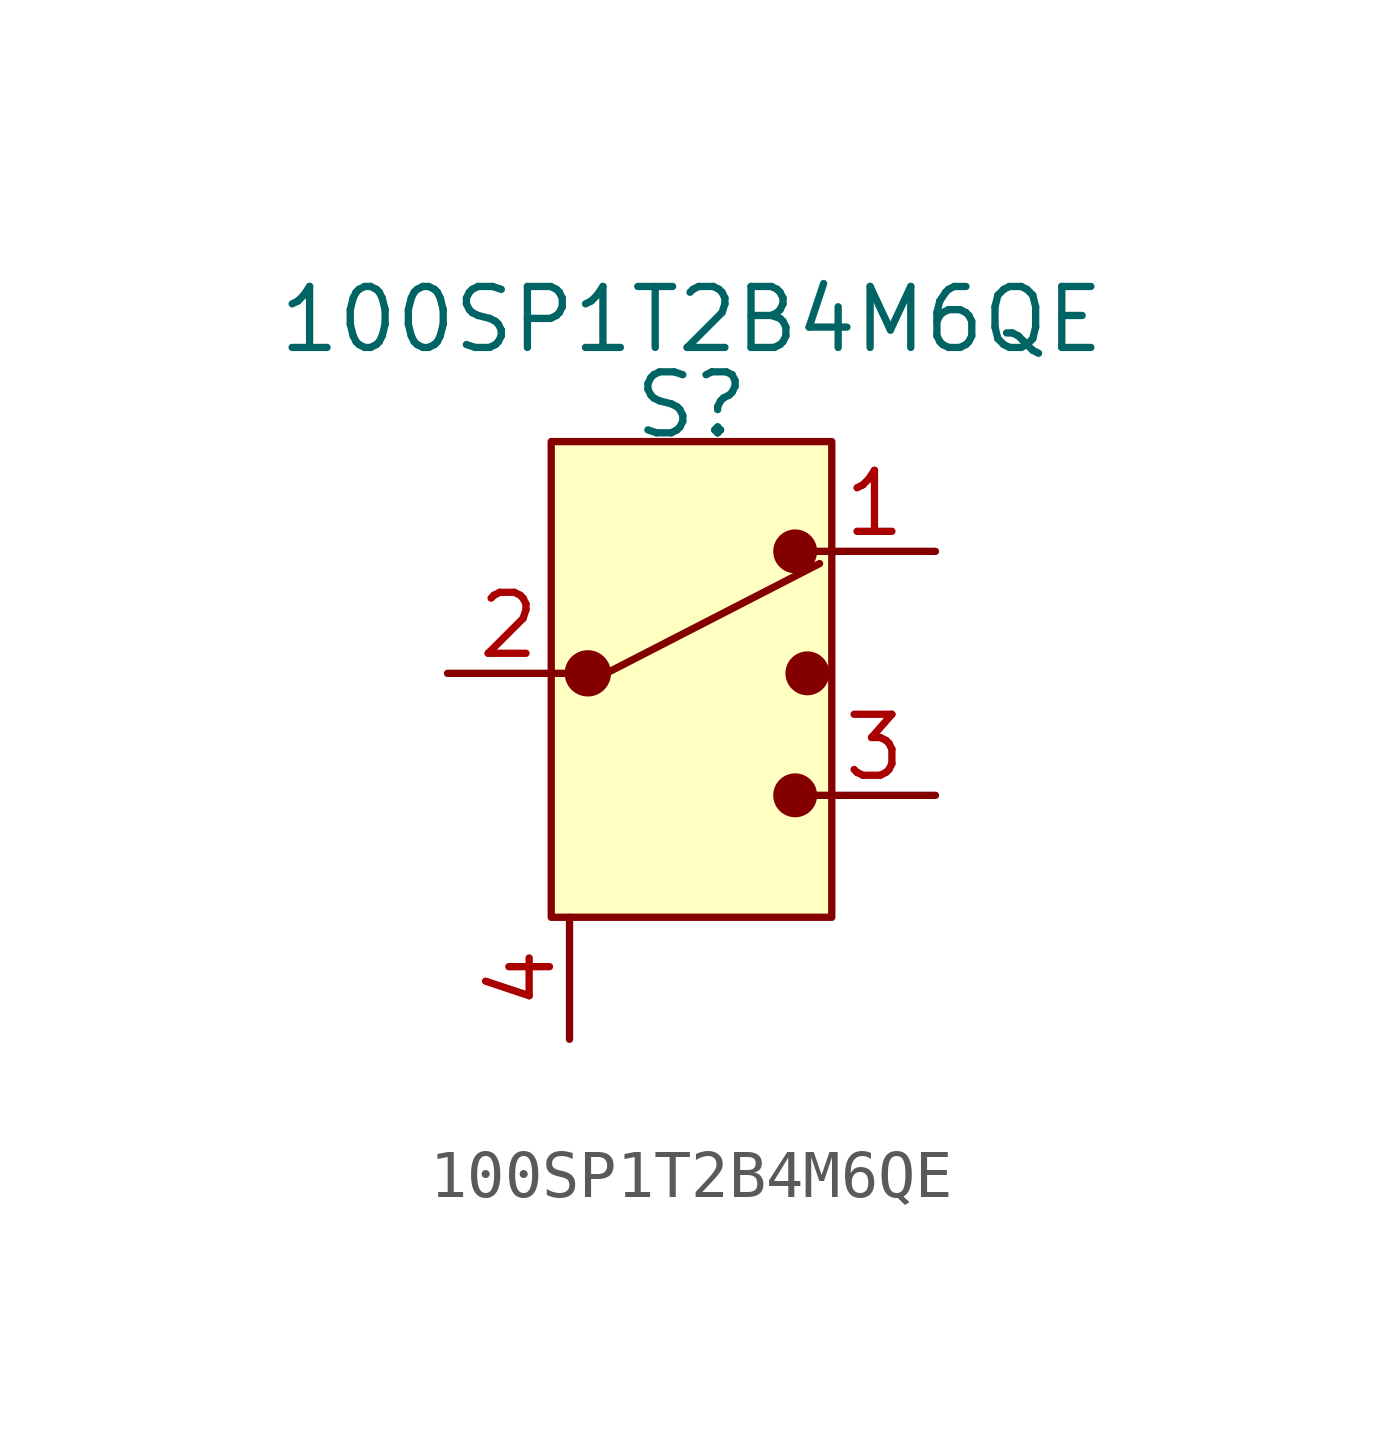
<source format=kicad_sym>
(kicad_symbol_lib
  (version 20201005)
  (generator kicad_symbol_editor)
  (symbol "100SP1T2B4M6QE"
    (pin_names
      (offset 0) hide)
    (property "Reference" "S"
      (at 0 5.588 0)
      (effects (font (size 1.27 1.27))))
    (property "Value" "100SP1T2B4M6QE"
      (at 0 7.366 0)
      (effects (font (size 1.27 1.27))))
    (symbol "100SP1T2B4M6QE_0_1"
      (circle (center -2.159 0) (radius 0.406) (stroke (width 0)) (fill (type outline)))
      (circle (center 2.159 -2.54) (radius 0.381) (stroke (width 0)) (fill (type outline)))
      (circle (center 2.159 2.54) (radius 0.381) (stroke (width 0)) (fill (type outline)))
      (circle (center 2.413 0) (radius 0.381) (stroke (width 0)) (fill (type outline)))
      (rectangle (start -2.921 4.826) (end 2.921 -5.08) (stroke (width 0)) (fill (type background)))
      (polyline (pts (xy 2.667 2.286) (xy -1.778 0)) (stroke (width 0)) (fill (type none))))
    (symbol "100SP1T2B4M6QE_1_1"
      (pin passive line (at 5.08 2.54 180) (length 2.54) (name "~" (effects (font (size 1.27 1.27)))) (number "1" (effects (font (size 1.27 1.27)))))
      (pin passive line (at -5.08 0 0) (length 2.54) (name "Com" (effects (font (size 1.27 1.27)))) (number "2" (effects (font (size 1.27 1.27)))))
      (pin passive line (at 5.08 -2.54 180) (length 2.54) (name "~" (effects (font (size 1.27 1.27)))) (number "3" (effects (font (size 1.27 1.27)))))
      (pin unspecified line (at -2.54 -7.62 90) (length 2.54) (name "~" (effects (font (size 1.27 1.27)))) (number "4" (effects (font (size 1.27 1.27))))))))
</source>
